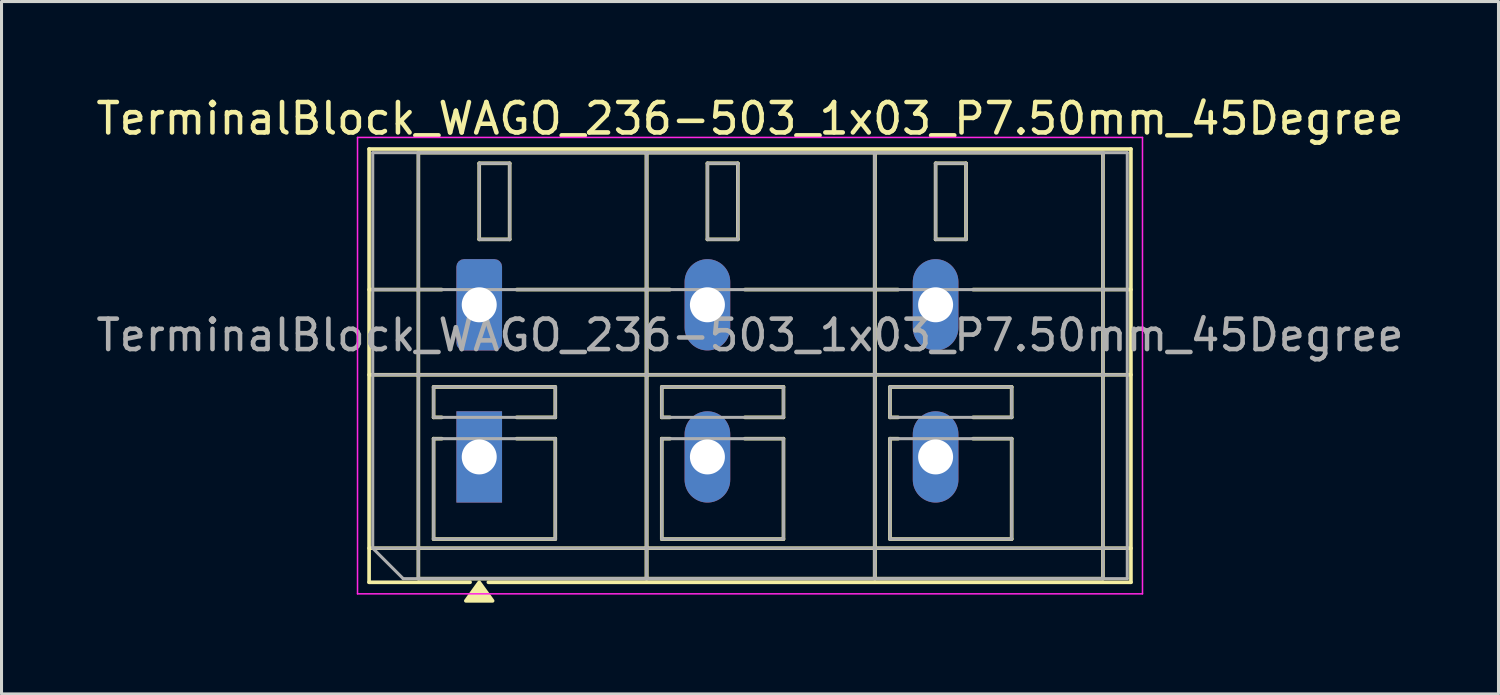
<source format=kicad_pcb>
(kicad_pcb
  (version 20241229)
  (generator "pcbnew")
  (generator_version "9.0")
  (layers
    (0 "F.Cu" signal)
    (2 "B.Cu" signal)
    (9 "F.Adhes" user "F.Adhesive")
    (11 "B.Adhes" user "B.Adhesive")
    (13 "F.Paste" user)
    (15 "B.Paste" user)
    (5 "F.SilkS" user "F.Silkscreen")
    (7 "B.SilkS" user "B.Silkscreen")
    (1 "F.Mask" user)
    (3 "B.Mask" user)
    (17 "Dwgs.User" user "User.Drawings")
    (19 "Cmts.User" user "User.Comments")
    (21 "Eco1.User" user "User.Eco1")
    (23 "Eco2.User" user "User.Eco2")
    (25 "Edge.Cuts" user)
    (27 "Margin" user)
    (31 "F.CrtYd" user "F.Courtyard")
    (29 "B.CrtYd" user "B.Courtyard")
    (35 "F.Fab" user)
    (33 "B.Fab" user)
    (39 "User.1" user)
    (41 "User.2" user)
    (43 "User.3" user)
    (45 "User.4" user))
  (footprint "TerminalBlock_WAGO_236-503_1x03_P7.50mm_45Degree"
    (layer "F.Cu")
    (at 12.701 6.968)
    (property "Reference" "TerminalBlock_WAGO_236-503_1x03_P7.50mm_45Degree" (at 8.9 -6.12 0) (layer "F.SilkS") (effects (font (size 1 1) (thickness 0.15))))
    (attr through_hole)
    (fp_line (start -3.62 -5.12) (end -3.62 9.12) (stroke (width 0.12) (type solid)) (layer "F.SilkS"))
    (fp_line (start -3.62 -5.12) (end 21.42 -5.12) (stroke (width 0.12) (type solid)) (layer "F.SilkS"))
    (fp_line (start -3.62 -0.5) (end -1.23 -0.5) (stroke (width 0.12) (type solid)) (layer "F.SilkS"))
    (fp_line (start -3.62 2.3) (end 21.42 2.3) (stroke (width 0.12) (type solid)) (layer "F.SilkS"))
    (fp_line (start -3.62 8) (end 21.42 8) (stroke (width 0.12) (type solid)) (layer "F.SilkS"))
    (fp_line (start -3.62 9.12) (end -0.3 9.12) (stroke (width 0.12) (type solid)) (layer "F.SilkS"))
    (fp_line (start -2 -5) (end -2 9) (stroke (width 0.12) (type solid)) (layer "F.SilkS"))
    (fp_line (start -2 -5) (end 5.5 -5) (stroke (width 0.12) (type solid)) (layer "F.SilkS"))
    (fp_line (start -2 9) (end 5.5 9) (stroke (width 0.12) (type solid)) (layer "F.SilkS"))
    (fp_line (start -1.5 2.7) (end -1.5 3.7) (stroke (width 0.12) (type solid)) (layer "F.SilkS"))
    (fp_line (start -1.5 2.7) (end 2.5 2.7) (stroke (width 0.12) (type solid)) (layer "F.SilkS"))
    (fp_line (start -1.5 3.7) (end -1.23 3.7) (stroke (width 0.12) (type solid)) (layer "F.SilkS"))
    (fp_line (start -1.5 4.4) (end -1.5 7.7) (stroke (width 0.12) (type solid)) (layer "F.SilkS"))
    (fp_line (start -1.5 4.4) (end -1.23 4.4) (stroke (width 0.12) (type solid)) (layer "F.SilkS"))
    (fp_line (start -1.5 7.7) (end 2.5 7.7) (stroke (width 0.12) (type solid)) (layer "F.SilkS"))
    (fp_line (start 0 -4.65) (end 0 -2.15) (stroke (width 0.12) (type solid)) (layer "F.SilkS"))
    (fp_line (start 0 -4.65) (end 1 -4.65) (stroke (width 0.12) (type solid)) (layer "F.SilkS"))
    (fp_line (start 0 -2.15) (end 1 -2.15) (stroke (width 0.12) (type solid)) (layer "F.SilkS"))
    (fp_line (start 0.3 9.12) (end 21.42 9.12) (stroke (width 0.12) (type solid)) (layer "F.SilkS"))
    (fp_line (start 1 -4.65) (end 1 -2.15) (stroke (width 0.12) (type solid)) (layer "F.SilkS"))
    (fp_line (start 1.23 -0.5) (end 6.27 -0.5) (stroke (width 0.12) (type solid)) (layer "F.SilkS"))
    (fp_line (start 1.23 3.7) (end 2.5 3.7) (stroke (width 0.12) (type solid)) (layer "F.SilkS"))
    (fp_line (start 1.23 4.4) (end 2.5 4.4) (stroke (width 0.12) (type solid)) (layer "F.SilkS"))
    (fp_line (start 2.5 2.7) (end 2.5 3.7) (stroke (width 0.12) (type solid)) (layer "F.SilkS"))
    (fp_line (start 2.5 4.4) (end 2.5 7.7) (stroke (width 0.12) (type solid)) (layer "F.SilkS"))
    (fp_line (start 5.5 -5) (end 5.5 9) (stroke (width 0.12) (type solid)) (layer "F.SilkS"))
    (fp_line (start 5.5 -5) (end 5.5 9) (stroke (width 0.12) (type solid)) (layer "F.SilkS"))
    (fp_line (start 5.5 -5) (end 13 -5) (stroke (width 0.12) (type solid)) (layer "F.SilkS"))
    (fp_line (start 5.5 9) (end 13 9) (stroke (width 0.12) (type solid)) (layer "F.SilkS"))
    (fp_line (start 6 2.7) (end 6 3.7) (stroke (width 0.12) (type solid)) (layer "F.SilkS"))
    (fp_line (start 6 2.7) (end 10 2.7) (stroke (width 0.12) (type solid)) (layer "F.SilkS"))
    (fp_line (start 6 3.7) (end 6.27 3.7) (stroke (width 0.12) (type solid)) (layer "F.SilkS"))
    (fp_line (start 6 4.4) (end 6 7.7) (stroke (width 0.12) (type solid)) (layer "F.SilkS"))
    (fp_line (start 6 4.4) (end 6.27 4.4) (stroke (width 0.12) (type solid)) (layer "F.SilkS"))
    (fp_line (start 6 7.7) (end 10 7.7) (stroke (width 0.12) (type solid)) (layer "F.SilkS"))
    (fp_line (start 7.5 -4.65) (end 7.5 -2.15) (stroke (width 0.12) (type solid)) (layer "F.SilkS"))
    (fp_line (start 7.5 -4.65) (end 8.5 -4.65) (stroke (width 0.12) (type solid)) (layer "F.SilkS"))
    (fp_line (start 7.5 -2.15) (end 8.5 -2.15) (stroke (width 0.12) (type solid)) (layer "F.SilkS"))
    (fp_line (start 8.5 -4.65) (end 8.5 -2.15) (stroke (width 0.12) (type solid)) (layer "F.SilkS"))
    (fp_line (start 8.73 -0.5) (end 13.77 -0.5) (stroke (width 0.12) (type solid)) (layer "F.SilkS"))
    (fp_line (start 8.73 3.7) (end 10 3.7) (stroke (width 0.12) (type solid)) (layer "F.SilkS"))
    (fp_line (start 8.73 4.4) (end 10 4.4) (stroke (width 0.12) (type solid)) (layer "F.SilkS"))
    (fp_line (start 10 2.7) (end 10 3.7) (stroke (width 0.12) (type solid)) (layer "F.SilkS"))
    (fp_line (start 10 4.4) (end 10 7.7) (stroke (width 0.12) (type solid)) (layer "F.SilkS"))
    (fp_line (start 13 -5) (end 13 9) (stroke (width 0.12) (type solid)) (layer "F.SilkS"))
    (fp_line (start 13 -5) (end 13 9) (stroke (width 0.12) (type solid)) (layer "F.SilkS"))
    (fp_line (start 13 -5) (end 20.5 -5) (stroke (width 0.12) (type solid)) (layer "F.SilkS"))
    (fp_line (start 13 9) (end 20.5 9) (stroke (width 0.12) (type solid)) (layer "F.SilkS"))
    (fp_line (start 13.5 2.7) (end 13.5 3.7) (stroke (width 0.12) (type solid)) (layer "F.SilkS"))
    (fp_line (start 13.5 2.7) (end 17.5 2.7) (stroke (width 0.12) (type solid)) (layer "F.SilkS"))
    (fp_line (start 13.5 3.7) (end 13.77 3.7) (stroke (width 0.12) (type solid)) (layer "F.SilkS"))
    (fp_line (start 13.5 4.4) (end 13.5 7.7) (stroke (width 0.12) (type solid)) (layer "F.SilkS"))
    (fp_line (start 13.5 4.4) (end 13.77 4.4) (stroke (width 0.12) (type solid)) (layer "F.SilkS"))
    (fp_line (start 13.5 7.7) (end 17.5 7.7) (stroke (width 0.12) (type solid)) (layer "F.SilkS"))
    (fp_line (start 15 -4.65) (end 15 -2.15) (stroke (width 0.12) (type solid)) (layer "F.SilkS"))
    (fp_line (start 15 -4.65) (end 16 -4.65) (stroke (width 0.12) (type solid)) (layer "F.SilkS"))
    (fp_line (start 15 -2.15) (end 16 -2.15) (stroke (width 0.12) (type solid)) (layer "F.SilkS"))
    (fp_line (start 16 -4.65) (end 16 -2.15) (stroke (width 0.12) (type solid)) (layer "F.SilkS"))
    (fp_line (start 16.23 -0.5) (end 21.42 -0.5) (stroke (width 0.12) (type solid)) (layer "F.SilkS"))
    (fp_line (start 16.23 3.7) (end 17.5 3.7) (stroke (width 0.12) (type solid)) (layer "F.SilkS"))
    (fp_line (start 16.23 4.4) (end 17.5 4.4) (stroke (width 0.12) (type solid)) (layer "F.SilkS"))
    (fp_line (start 17.5 2.7) (end 17.5 3.7) (stroke (width 0.12) (type solid)) (layer "F.SilkS"))
    (fp_line (start 17.5 4.4) (end 17.5 7.7) (stroke (width 0.12) (type solid)) (layer "F.SilkS"))
    (fp_line (start 20.5 -5) (end 20.5 9) (stroke (width 0.12) (type solid)) (layer "F.SilkS"))
    (fp_line (start 21.42 -5.12) (end 21.42 9.12) (stroke (width 0.12) (type solid)) (layer "F.SilkS"))
    (fp_poly (pts (xy 0 9.12) (xy 0.44 9.73) (xy -0.44 9.73)) (stroke (width 0.12) (type solid)) (fill yes) (layer "F.SilkS"))
    (fp_line (start -4 -5.5) (end -4 9.5) (stroke (width 0.05) (type solid)) (layer "F.CrtYd"))
    (fp_line (start -4 9.5) (end 21.8 9.5) (stroke (width 0.05) (type solid)) (layer "F.CrtYd"))
    (fp_line (start 21.8 -5.5) (end -4 -5.5) (stroke (width 0.05) (type solid)) (layer "F.CrtYd"))
    (fp_line (start 21.8 9.5) (end 21.8 -5.5) (stroke (width 0.05) (type solid)) (layer "F.CrtYd"))
    (fp_line (start -3.5 -5) (end 21.3 -5) (stroke (width 0.1) (type solid)) (layer "F.Fab"))
    (fp_line (start -3.5 -0.5) (end 21.3 -0.5) (stroke (width 0.1) (type solid)) (layer "F.Fab"))
    (fp_line (start -3.5 2.3) (end 21.3 2.3) (stroke (width 0.1) (type solid)) (layer "F.Fab"))
    (fp_line (start -3.5 8) (end -3.5 -5) (stroke (width 0.1) (type solid)) (layer "F.Fab"))
    (fp_line (start -3.5 8) (end 21.3 8) (stroke (width 0.1) (type solid)) (layer "F.Fab"))
    (fp_line (start -2.5 9) (end -3.5 8) (stroke (width 0.1) (type solid)) (layer "F.Fab"))
    (fp_line (start -2 -5) (end -2 9) (stroke (width 0.1) (type solid)) (layer "F.Fab"))
    (fp_line (start -2 9) (end 5.5 9) (stroke (width 0.1) (type solid)) (layer "F.Fab"))
    (fp_line (start -1.5 2.7) (end -1.5 3.7) (stroke (width 0.1) (type solid)) (layer "F.Fab"))
    (fp_line (start -1.5 3.7) (end 2.5 3.7) (stroke (width 0.1) (type solid)) (layer "F.Fab"))
    (fp_line (start -1.5 4.4) (end -1.5 7.7) (stroke (width 0.1) (type solid)) (layer "F.Fab"))
    (fp_line (start -1.5 7.7) (end 2.5 7.7) (stroke (width 0.1) (type solid)) (layer "F.Fab"))
    (fp_line (start 0 -4.65) (end 0 -2.15) (stroke (width 0.1) (type solid)) (layer "F.Fab"))
    (fp_line (start 0 -2.15) (end 1 -2.15) (stroke (width 0.1) (type solid)) (layer "F.Fab"))
    (fp_line (start 1 -4.65) (end 0 -4.65) (stroke (width 0.1) (type solid)) (layer "F.Fab"))
    (fp_line (start 1 -2.15) (end 1 -4.65) (stroke (width 0.1) (type solid)) (layer "F.Fab"))
    (fp_line (start 2.5 2.7) (end -1.5 2.7) (stroke (width 0.1) (type solid)) (layer "F.Fab"))
    (fp_line (start 2.5 3.7) (end 2.5 2.7) (stroke (width 0.1) (type solid)) (layer "F.Fab"))
    (fp_line (start 2.5 4.4) (end -1.5 4.4) (stroke (width 0.1) (type solid)) (layer "F.Fab"))
    (fp_line (start 2.5 7.7) (end 2.5 4.4) (stroke (width 0.1) (type solid)) (layer "F.Fab"))
    (fp_line (start 5.5 -5) (end -2 -5) (stroke (width 0.1) (type solid)) (layer "F.Fab"))
    (fp_line (start 5.5 -5) (end 5.5 9) (stroke (width 0.1) (type solid)) (layer "F.Fab"))
    (fp_line (start 5.5 9) (end 5.5 -5) (stroke (width 0.1) (type solid)) (layer "F.Fab"))
    (fp_line (start 5.5 9) (end 13 9) (stroke (width 0.1) (type solid)) (layer "F.Fab"))
    (fp_line (start 6 2.7) (end 6 3.7) (stroke (width 0.1) (type solid)) (layer "F.Fab"))
    (fp_line (start 6 3.7) (end 10 3.7) (stroke (width 0.1) (type solid)) (layer "F.Fab"))
    (fp_line (start 6 4.4) (end 6 7.7) (stroke (width 0.1) (type solid)) (layer "F.Fab"))
    (fp_line (start 6 7.7) (end 10 7.7) (stroke (width 0.1) (type solid)) (layer "F.Fab"))
    (fp_line (start 7.5 -4.65) (end 7.5 -2.15) (stroke (width 0.1) (type solid)) (layer "F.Fab"))
    (fp_line (start 7.5 -2.15) (end 8.5 -2.15) (stroke (width 0.1) (type solid)) (layer "F.Fab"))
    (fp_line (start 8.5 -4.65) (end 7.5 -4.65) (stroke (width 0.1) (type solid)) (layer "F.Fab"))
    (fp_line (start 8.5 -2.15) (end 8.5 -4.65) (stroke (width 0.1) (type solid)) (layer "F.Fab"))
    (fp_line (start 10 2.7) (end 6 2.7) (stroke (width 0.1) (type solid)) (layer "F.Fab"))
    (fp_line (start 10 3.7) (end 10 2.7) (stroke (width 0.1) (type solid)) (layer "F.Fab"))
    (fp_line (start 10 4.4) (end 6 4.4) (stroke (width 0.1) (type solid)) (layer "F.Fab"))
    (fp_line (start 10 7.7) (end 10 4.4) (stroke (width 0.1) (type solid)) (layer "F.Fab"))
    (fp_line (start 13 -5) (end 5.5 -5) (stroke (width 0.1) (type solid)) (layer "F.Fab"))
    (fp_line (start 13 -5) (end 13 9) (stroke (width 0.1) (type solid)) (layer "F.Fab"))
    (fp_line (start 13 9) (end 13 -5) (stroke (width 0.1) (type solid)) (layer "F.Fab"))
    (fp_line (start 13 9) (end 20.5 9) (stroke (width 0.1) (type solid)) (layer "F.Fab"))
    (fp_line (start 13.5 2.7) (end 13.5 3.7) (stroke (width 0.1) (type solid)) (layer "F.Fab"))
    (fp_line (start 13.5 3.7) (end 17.5 3.7) (stroke (width 0.1) (type solid)) (layer "F.Fab"))
    (fp_line (start 13.5 4.4) (end 13.5 7.7) (stroke (width 0.1) (type solid)) (layer "F.Fab"))
    (fp_line (start 13.5 7.7) (end 17.5 7.7) (stroke (width 0.1) (type solid)) (layer "F.Fab"))
    (fp_line (start 15 -4.65) (end 15 -2.15) (stroke (width 0.1) (type solid)) (layer "F.Fab"))
    (fp_line (start 15 -2.15) (end 16 -2.15) (stroke (width 0.1) (type solid)) (layer "F.Fab"))
    (fp_line (start 16 -4.65) (end 15 -4.65) (stroke (width 0.1) (type solid)) (layer "F.Fab"))
    (fp_line (start 16 -2.15) (end 16 -4.65) (stroke (width 0.1) (type solid)) (layer "F.Fab"))
    (fp_line (start 17.5 2.7) (end 13.5 2.7) (stroke (width 0.1) (type solid)) (layer "F.Fab"))
    (fp_line (start 17.5 3.7) (end 17.5 2.7) (stroke (width 0.1) (type solid)) (layer "F.Fab"))
    (fp_line (start 17.5 4.4) (end 13.5 4.4) (stroke (width 0.1) (type solid)) (layer "F.Fab"))
    (fp_line (start 17.5 7.7) (end 17.5 4.4) (stroke (width 0.1) (type solid)) (layer "F.Fab"))
    (fp_line (start 20.5 -5) (end 13 -5) (stroke (width 0.1) (type solid)) (layer "F.Fab"))
    (fp_line (start 20.5 9) (end 20.5 -5) (stroke (width 0.1) (type solid)) (layer "F.Fab"))
    (fp_line (start 21.3 -5) (end 21.3 9) (stroke (width 0.1) (type solid)) (layer "F.Fab"))
    (fp_line (start 21.3 9) (end -2.5 9) (stroke (width 0.1) (type solid)) (layer "F.Fab"))
    (fp_text user "${REFERENCE}" (at 8.9 1 0) (layer "F.Fab") (effects (font (size 1 1) (thickness 0.15))))
    (pad "1" thru_hole roundrect (at 0 0) (size 1.5 3) (drill 1.15) (layers "*.Cu" "*.Mask") (roundrect_rratio 0.167))
    (pad "1" thru_hole rect (at 0 5) (size 1.5 3) (drill 1.15) (layers "*.Cu" "*.Mask"))
    (pad "2" thru_hole oval (at 7.5 0) (size 1.5 3) (drill 1.15) (layers "*.Cu" "*.Mask"))
    (pad "2" thru_hole oval (at 7.5 5) (size 1.5 3) (drill 1.15) (layers "*.Cu" "*.Mask"))
    (pad "3" thru_hole oval (at 15 0) (size 1.5 3) (drill 1.15) (layers "*.Cu" "*.Mask"))
    (pad "3" thru_hole oval (at 15 5) (size 1.5 3) (drill 1.15) (layers "*.Cu" "*.Mask")))
  (gr_rect
    (start -3 -3)
    (end 46.202 19.758)
    (stroke (width 0.1) (type default))
    (fill no)
    (layer "Edge.Cuts")))
</source>
